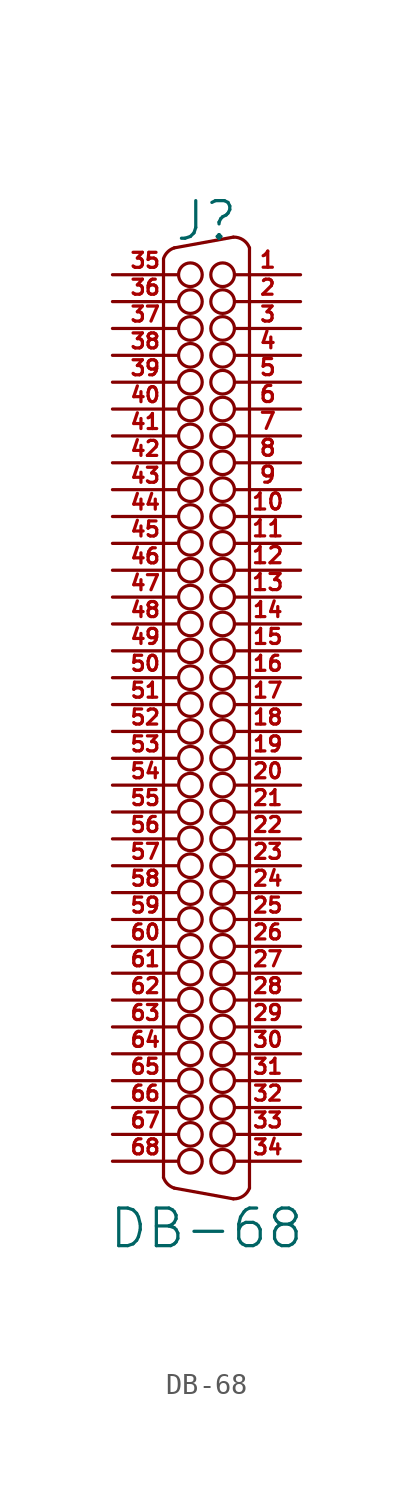
<source format=kicad_sym>
(kicad_symbol_lib
  (version 20211014)
  (generator kicad_symbol_editor)
  (symbol "DB-68"
    (pin_names
      (offset 1.016) hide)
    (property "Reference" "J"
      (at 0 23.495 0)
      (effects (font (size 1.778 1.778))))
    (property "Value" "DB-68"
      (at 0 -24.13 0)
      (effects (font (size 1.778 1.778))))
    (property "Footprint" ""
      (at 0 0 0)
      (effects (font (size 1.524 1.524))))
    (property "Datasheet" ""
      (at 0 0 0)
      (effects (font (size 1.524 1.524))))
    (symbol "DB-68_0_1"
      (arc (start -2.032 -21.717) (mid -1.838 -22.031) (end -1.524 -22.225) (stroke (width 0) (type default) (color 0 0 0 0)) (fill (type none)))
      (arc (start -1.524 22.225) (mid -1.838 22.031) (end -2.032 21.717) (stroke (width 0) (type default) (color 0 0 0 0)) (fill (type none)))
      (circle (center -0.762 -20.955) (radius 0.559) (stroke (width 0) (type default) (color 0 0 0 0)) (fill (type none)))
      (circle (center -0.762 -19.685) (radius 0.559) (stroke (width 0) (type default) (color 0 0 0 0)) (fill (type none)))
      (circle (center -0.762 -18.415) (radius 0.559) (stroke (width 0) (type default) (color 0 0 0 0)) (fill (type none)))
      (circle (center -0.762 -17.145) (radius 0.559) (stroke (width 0) (type default) (color 0 0 0 0)) (fill (type none)))
      (circle (center -0.762 -15.875) (radius 0.559) (stroke (width 0) (type default) (color 0 0 0 0)) (fill (type none)))
      (circle (center -0.762 -14.605) (radius 0.559) (stroke (width 0) (type default) (color 0 0 0 0)) (fill (type none)))
      (circle (center -0.762 -13.335) (radius 0.559) (stroke (width 0) (type default) (color 0 0 0 0)) (fill (type none)))
      (circle (center -0.762 -12.065) (radius 0.559) (stroke (width 0) (type default) (color 0 0 0 0)) (fill (type none)))
      (circle (center -0.762 -10.795) (radius 0.559) (stroke (width 0) (type default) (color 0 0 0 0)) (fill (type none)))
      (circle (center -0.762 -9.525) (radius 0.559) (stroke (width 0) (type default) (color 0 0 0 0)) (fill (type none)))
      (circle (center -0.762 -8.255) (radius 0.559) (stroke (width 0) (type default) (color 0 0 0 0)) (fill (type none)))
      (circle (center -0.762 -6.985) (radius 0.559) (stroke (width 0) (type default) (color 0 0 0 0)) (fill (type none)))
      (circle (center -0.762 -5.715) (radius 0.559) (stroke (width 0) (type default) (color 0 0 0 0)) (fill (type none)))
      (circle (center -0.762 -4.445) (radius 0.559) (stroke (width 0) (type default) (color 0 0 0 0)) (fill (type none)))
      (circle (center -0.762 -3.175) (radius 0.559) (stroke (width 0) (type default) (color 0 0 0 0)) (fill (type none)))
      (circle (center -0.762 -1.905) (radius 0.559) (stroke (width 0) (type default) (color 0 0 0 0)) (fill (type none)))
      (circle (center -0.762 -0.635) (radius 0.559) (stroke (width 0) (type default) (color 0 0 0 0)) (fill (type none)))
      (circle (center -0.762 0.635) (radius 0.559) (stroke (width 0) (type default) (color 0 0 0 0)) (fill (type none)))
      (circle (center -0.762 1.905) (radius 0.559) (stroke (width 0) (type default) (color 0 0 0 0)) (fill (type none)))
      (circle (center -0.762 3.175) (radius 0.559) (stroke (width 0) (type default) (color 0 0 0 0)) (fill (type none)))
      (circle (center -0.762 4.445) (radius 0.559) (stroke (width 0) (type default) (color 0 0 0 0)) (fill (type none)))
      (circle (center -0.762 5.715) (radius 0.559) (stroke (width 0) (type default) (color 0 0 0 0)) (fill (type none)))
      (circle (center -0.762 6.985) (radius 0.559) (stroke (width 0) (type default) (color 0 0 0 0)) (fill (type none)))
      (circle (center -0.762 8.255) (radius 0.559) (stroke (width 0) (type default) (color 0 0 0 0)) (fill (type none)))
      (circle (center -0.762 9.525) (radius 0.559) (stroke (width 0) (type default) (color 0 0 0 0)) (fill (type none)))
      (circle (center -0.762 10.795) (radius 0.559) (stroke (width 0) (type default) (color 0 0 0 0)) (fill (type none)))
      (circle (center -0.762 12.065) (radius 0.559) (stroke (width 0) (type default) (color 0 0 0 0)) (fill (type none)))
      (circle (center -0.762 13.335) (radius 0.559) (stroke (width 0) (type default) (color 0 0 0 0)) (fill (type none)))
      (circle (center -0.762 14.605) (radius 0.559) (stroke (width 0) (type default) (color 0 0 0 0)) (fill (type none)))
      (circle (center -0.762 15.875) (radius 0.559) (stroke (width 0) (type default) (color 0 0 0 0)) (fill (type none)))
      (circle (center -0.762 17.145) (radius 0.559) (stroke (width 0) (type default) (color 0 0 0 0)) (fill (type none)))
      (circle (center -0.762 18.415) (radius 0.559) (stroke (width 0) (type default) (color 0 0 0 0)) (fill (type none)))
      (circle (center -0.762 19.685) (radius 0.559) (stroke (width 0) (type default) (color 0 0 0 0)) (fill (type none)))
      (circle (center -0.762 20.955) (radius 0.559) (stroke (width 0) (type default) (color 0 0 0 0)) (fill (type none)))
      (polyline (pts (xy -2.032 -21.717) (xy -2.032 21.692)) (stroke (width 0) (type default) (color 0 0 0 0)) (fill (type none)))
      (polyline (pts (xy 2.032 -22.225) (xy 2.032 22.225)) (stroke (width 0) (type default) (color 0 0 0 0)) (fill (type none)))
      (polyline (pts (xy -1.524 -22.225) (xy 1.27 -22.733) (xy 1.27 -22.733)) (stroke (width 0) (type default) (color 0 0 0 0)) (fill (type none)))
      (polyline (pts (xy -1.524 22.225) (xy 1.27 22.733) (xy 1.27 22.733)) (stroke (width 0) (type default) (color 0 0 0 0)) (fill (type none)))
      (circle (center 0.762 -20.955) (radius 0.559) (stroke (width 0) (type default) (color 0 0 0 0)) (fill (type none)))
      (circle (center 0.762 -19.685) (radius 0.559) (stroke (width 0) (type default) (color 0 0 0 0)) (fill (type none)))
      (circle (center 0.762 -18.415) (radius 0.559) (stroke (width 0) (type default) (color 0 0 0 0)) (fill (type none)))
      (circle (center 0.762 -17.145) (radius 0.559) (stroke (width 0) (type default) (color 0 0 0 0)) (fill (type none)))
      (circle (center 0.762 -15.875) (radius 0.559) (stroke (width 0) (type default) (color 0 0 0 0)) (fill (type none)))
      (circle (center 0.762 -14.605) (radius 0.559) (stroke (width 0) (type default) (color 0 0 0 0)) (fill (type none)))
      (circle (center 0.762 -13.335) (radius 0.559) (stroke (width 0) (type default) (color 0 0 0 0)) (fill (type none)))
      (circle (center 0.762 -12.065) (radius 0.559) (stroke (width 0) (type default) (color 0 0 0 0)) (fill (type none)))
      (circle (center 0.762 -10.795) (radius 0.559) (stroke (width 0) (type default) (color 0 0 0 0)) (fill (type none)))
      (circle (center 0.762 -9.525) (radius 0.559) (stroke (width 0) (type default) (color 0 0 0 0)) (fill (type none)))
      (circle (center 0.762 -8.255) (radius 0.559) (stroke (width 0) (type default) (color 0 0 0 0)) (fill (type none)))
      (circle (center 0.762 -6.985) (radius 0.559) (stroke (width 0) (type default) (color 0 0 0 0)) (fill (type none)))
      (circle (center 0.762 -5.715) (radius 0.559) (stroke (width 0) (type default) (color 0 0 0 0)) (fill (type none)))
      (circle (center 0.762 -4.445) (radius 0.559) (stroke (width 0) (type default) (color 0 0 0 0)) (fill (type none)))
      (circle (center 0.762 -3.175) (radius 0.559) (stroke (width 0) (type default) (color 0 0 0 0)) (fill (type none)))
      (circle (center 0.762 -1.905) (radius 0.559) (stroke (width 0) (type default) (color 0 0 0 0)) (fill (type none)))
      (circle (center 0.762 -0.635) (radius 0.559) (stroke (width 0) (type default) (color 0 0 0 0)) (fill (type none)))
      (circle (center 0.762 0.635) (radius 0.559) (stroke (width 0) (type default) (color 0 0 0 0)) (fill (type none)))
      (circle (center 0.762 1.905) (radius 0.559) (stroke (width 0) (type default) (color 0 0 0 0)) (fill (type none)))
      (circle (center 0.762 3.175) (radius 0.559) (stroke (width 0) (type default) (color 0 0 0 0)) (fill (type none)))
      (circle (center 0.762 4.445) (radius 0.559) (stroke (width 0) (type default) (color 0 0 0 0)) (fill (type none)))
      (circle (center 0.762 5.715) (radius 0.559) (stroke (width 0) (type default) (color 0 0 0 0)) (fill (type none)))
      (circle (center 0.762 6.985) (radius 0.559) (stroke (width 0) (type default) (color 0 0 0 0)) (fill (type none)))
      (circle (center 0.762 8.255) (radius 0.559) (stroke (width 0) (type default) (color 0 0 0 0)) (fill (type none)))
      (circle (center 0.762 9.525) (radius 0.559) (stroke (width 0) (type default) (color 0 0 0 0)) (fill (type none)))
      (circle (center 0.762 10.795) (radius 0.559) (stroke (width 0) (type default) (color 0 0 0 0)) (fill (type none)))
      (circle (center 0.762 12.065) (radius 0.559) (stroke (width 0) (type default) (color 0 0 0 0)) (fill (type none)))
      (circle (center 0.762 13.335) (radius 0.559) (stroke (width 0) (type default) (color 0 0 0 0)) (fill (type none)))
      (circle (center 0.762 14.605) (radius 0.559) (stroke (width 0) (type default) (color 0 0 0 0)) (fill (type none)))
      (circle (center 0.762 15.875) (radius 0.559) (stroke (width 0) (type default) (color 0 0 0 0)) (fill (type none)))
      (circle (center 0.762 17.145) (radius 0.559) (stroke (width 0) (type default) (color 0 0 0 0)) (fill (type none)))
      (circle (center 0.762 18.415) (radius 0.559) (stroke (width 0) (type default) (color 0 0 0 0)) (fill (type none)))
      (circle (center 0.762 19.685) (radius 0.559) (stroke (width 0) (type default) (color 0 0 0 0)) (fill (type none)))
      (circle (center 0.762 20.955) (radius 0.559) (stroke (width 0) (type default) (color 0 0 0 0)) (fill (type none)))
      (arc (start 1.27 -22.733) (mid 1.7324 -22.6011) (end 2.032 -22.225) (stroke (width 0) (type default) (color 0 0 0 0)) (fill (type none)))
      (arc (start 2.032 22.225) (mid 1.7324 22.6011) (end 1.27 22.733) (stroke (width 0) (type default) (color 0 0 0 0)) (fill (type none))))
    (symbol "DB-68_1_1"
      (pin passive line (at 4.445 20.955 180) (length 3.099) (name "~" (effects (font (size 0.762 0.762)))) (number "1" (effects (font (size 0.762 0.762)))))
      (pin passive line (at 4.445 9.525 180) (length 3.099) (name "~" (effects (font (size 0.762 0.762)))) (number "10" (effects (font (size 0.762 0.762)))))
      (pin passive line (at 4.445 8.255 180) (length 3.099) (name "~" (effects (font (size 0.762 0.762)))) (number "11" (effects (font (size 0.762 0.762)))))
      (pin passive line (at 4.445 6.985 180) (length 3.099) (name "~" (effects (font (size 0.762 0.762)))) (number "12" (effects (font (size 0.762 0.762)))))
      (pin passive line (at 4.445 5.715 180) (length 3.099) (name "~" (effects (font (size 0.762 0.762)))) (number "13" (effects (font (size 0.762 0.762)))))
      (pin passive line (at 4.445 4.445 180) (length 3.099) (name "~" (effects (font (size 0.711 0.711)))) (number "14" (effects (font (size 0.711 0.711)))))
      (pin passive line (at 4.445 3.175 180) (length 3.099) (name "~" (effects (font (size 0.711 0.711)))) (number "15" (effects (font (size 0.711 0.711)))))
      (pin passive line (at 4.445 1.905 180) (length 3.099) (name "~" (effects (font (size 0.711 0.711)))) (number "16" (effects (font (size 0.711 0.711)))))
      (pin passive line (at 4.445 0.635 180) (length 3.099) (name "~" (effects (font (size 0.711 0.711)))) (number "17" (effects (font (size 0.711 0.711)))))
      (pin passive line (at 4.445 -0.635 180) (length 3.099) (name "~" (effects (font (size 0.711 0.711)))) (number "18" (effects (font (size 0.711 0.711)))))
      (pin passive line (at 4.445 -1.905 180) (length 3.099) (name "~" (effects (font (size 0.711 0.711)))) (number "19" (effects (font (size 0.711 0.711)))))
      (pin passive line (at 4.445 19.685 180) (length 3.099) (name "~" (effects (font (size 0.711 0.711)))) (number "2" (effects (font (size 0.711 0.711)))))
      (pin passive line (at 4.445 -3.175 180) (length 3.099) (name "~" (effects (font (size 0.711 0.711)))) (number "20" (effects (font (size 0.711 0.711)))))
      (pin passive line (at 4.445 -4.445 180) (length 3.099) (name "~" (effects (font (size 0.711 0.711)))) (number "21" (effects (font (size 0.711 0.711)))))
      (pin passive line (at 4.445 -5.715 180) (length 3.099) (name "~" (effects (font (size 0.711 0.711)))) (number "22" (effects (font (size 0.711 0.711)))))
      (pin passive line (at 4.445 -6.985 180) (length 3.099) (name "~" (effects (font (size 0.711 0.711)))) (number "23" (effects (font (size 0.711 0.711)))))
      (pin passive line (at 4.445 -8.255 180) (length 3.099) (name "~" (effects (font (size 0.711 0.711)))) (number "24" (effects (font (size 0.711 0.711)))))
      (pin passive line (at 4.445 -9.525 180) (length 3.099) (name "~" (effects (font (size 0.711 0.711)))) (number "25" (effects (font (size 0.711 0.711)))))
      (pin passive line (at 4.445 -10.795 180) (length 3.099) (name "~" (effects (font (size 0.711 0.711)))) (number "26" (effects (font (size 0.711 0.711)))))
      (pin passive line (at 4.445 -12.065 180) (length 3.099) (name "~" (effects (font (size 0.711 0.711)))) (number "27" (effects (font (size 0.711 0.711)))))
      (pin passive line (at 4.445 -13.335 180) (length 3.099) (name "~" (effects (font (size 0.711 0.711)))) (number "28" (effects (font (size 0.711 0.711)))))
      (pin passive line (at 4.445 -14.605 180) (length 3.099) (name "~" (effects (font (size 0.711 0.711)))) (number "29" (effects (font (size 0.711 0.711)))))
      (pin passive line (at 4.445 18.415 180) (length 3.099) (name "~" (effects (font (size 0.711 0.711)))) (number "3" (effects (font (size 0.711 0.711)))))
      (pin passive line (at 4.445 -15.875 180) (length 3.099) (name "~" (effects (font (size 0.711 0.711)))) (number "30" (effects (font (size 0.711 0.711)))))
      (pin passive line (at 4.445 -17.145 180) (length 3.099) (name "~" (effects (font (size 0.711 0.711)))) (number "31" (effects (font (size 0.711 0.711)))))
      (pin passive line (at 4.445 -18.415 180) (length 3.099) (name "~" (effects (font (size 0.711 0.711)))) (number "32" (effects (font (size 0.711 0.711)))))
      (pin passive line (at 4.445 -19.685 180) (length 3.099) (name "~" (effects (font (size 0.711 0.711)))) (number "33" (effects (font (size 0.711 0.711)))))
      (pin passive line (at 4.445 -20.955 180) (length 3.099) (name "~" (effects (font (size 0.711 0.711)))) (number "34" (effects (font (size 0.711 0.711)))))
      (pin passive line (at -4.445 20.955 0) (length 3.099) (name "~" (effects (font (size 0.711 0.711)))) (number "35" (effects (font (size 0.711 0.711)))))
      (pin passive line (at -4.445 19.685 0) (length 3.099) (name "~" (effects (font (size 0.711 0.711)))) (number "36" (effects (font (size 0.711 0.711)))))
      (pin passive line (at -4.445 18.415 0) (length 3.099) (name "~" (effects (font (size 0.711 0.711)))) (number "37" (effects (font (size 0.711 0.711)))))
      (pin passive line (at -4.445 17.145 0) (length 3.099) (name "~" (effects (font (size 0.711 0.711)))) (number "38" (effects (font (size 0.711 0.711)))))
      (pin passive line (at -4.445 15.875 0) (length 3.099) (name "~" (effects (font (size 0.711 0.711)))) (number "39" (effects (font (size 0.711 0.711)))))
      (pin passive line (at 4.445 17.145 180) (length 3.099) (name "~" (effects (font (size 0.762 0.762)))) (number "4" (effects (font (size 0.762 0.762)))))
      (pin passive line (at -4.445 14.605 0) (length 3.099) (name "~" (effects (font (size 0.711 0.711)))) (number "40" (effects (font (size 0.711 0.711)))))
      (pin passive line (at -4.445 13.335 0) (length 3.099) (name "~" (effects (font (size 0.711 0.711)))) (number "41" (effects (font (size 0.711 0.711)))))
      (pin passive line (at -4.445 12.065 0) (length 3.099) (name "~" (effects (font (size 0.711 0.711)))) (number "42" (effects (font (size 0.711 0.711)))))
      (pin passive line (at -4.445 10.795 0) (length 3.099) (name "~" (effects (font (size 0.711 0.711)))) (number "43" (effects (font (size 0.711 0.711)))))
      (pin passive line (at -4.445 9.525 0) (length 3.099) (name "~" (effects (font (size 0.711 0.711)))) (number "44" (effects (font (size 0.711 0.711)))))
      (pin passive line (at -4.445 8.255 0) (length 3.099) (name "~" (effects (font (size 0.711 0.711)))) (number "45" (effects (font (size 0.711 0.711)))))
      (pin passive line (at -4.445 6.985 0) (length 3.099) (name "~" (effects (font (size 0.711 0.711)))) (number "46" (effects (font (size 0.711 0.711)))))
      (pin passive line (at -4.445 5.715 0) (length 3.099) (name "~" (effects (font (size 0.711 0.711)))) (number "47" (effects (font (size 0.711 0.711)))))
      (pin passive line (at -4.445 4.445 0) (length 3.099) (name "~" (effects (font (size 0.711 0.711)))) (number "48" (effects (font (size 0.711 0.711)))))
      (pin passive line (at -4.445 3.175 0) (length 3.099) (name "~" (effects (font (size 0.711 0.711)))) (number "49" (effects (font (size 0.711 0.711)))))
      (pin passive line (at 4.445 15.875 180) (length 3.099) (name "~" (effects (font (size 0.762 0.762)))) (number "5" (effects (font (size 0.762 0.762)))))
      (pin passive line (at -4.445 1.905 0) (length 3.099) (name "~" (effects (font (size 0.711 0.711)))) (number "50" (effects (font (size 0.711 0.711)))))
      (pin passive line (at -4.445 0.635 0) (length 3.099) (name "~" (effects (font (size 0.711 0.711)))) (number "51" (effects (font (size 0.711 0.711)))))
      (pin passive line (at -4.445 -0.635 0) (length 3.099) (name "~" (effects (font (size 0.711 0.711)))) (number "52" (effects (font (size 0.711 0.711)))))
      (pin passive line (at -4.445 -1.905 0) (length 3.099) (name "~" (effects (font (size 0.711 0.711)))) (number "53" (effects (font (size 0.711 0.711)))))
      (pin passive line (at -4.445 -3.175 0) (length 3.099) (name "~" (effects (font (size 0.711 0.711)))) (number "54" (effects (font (size 0.711 0.711)))))
      (pin passive line (at -4.445 -4.445 0) (length 3.099) (name "~" (effects (font (size 0.711 0.711)))) (number "55" (effects (font (size 0.711 0.711)))))
      (pin passive line (at -4.445 -5.715 0) (length 3.099) (name "~" (effects (font (size 0.711 0.711)))) (number "56" (effects (font (size 0.711 0.711)))))
      (pin passive line (at -4.445 -6.985 0) (length 3.099) (name "~" (effects (font (size 0.711 0.711)))) (number "57" (effects (font (size 0.711 0.711)))))
      (pin passive line (at -4.445 -8.255 0) (length 3.099) (name "~" (effects (font (size 0.711 0.711)))) (number "58" (effects (font (size 0.711 0.711)))))
      (pin passive line (at -4.445 -9.525 0) (length 3.099) (name "~" (effects (font (size 0.711 0.711)))) (number "59" (effects (font (size 0.711 0.711)))))
      (pin passive line (at 4.445 14.605 180) (length 3.099) (name "~" (effects (font (size 0.762 0.762)))) (number "6" (effects (font (size 0.762 0.762)))))
      (pin passive line (at -4.445 -10.795 0) (length 3.099) (name "~" (effects (font (size 0.711 0.711)))) (number "60" (effects (font (size 0.711 0.711)))))
      (pin passive line (at -4.445 -12.065 0) (length 3.099) (name "~" (effects (font (size 0.711 0.711)))) (number "61" (effects (font (size 0.711 0.711)))))
      (pin passive line (at -4.445 -13.335 0) (length 3.099) (name "~" (effects (font (size 0.711 0.711)))) (number "62" (effects (font (size 0.711 0.711)))))
      (pin passive line (at -4.445 -14.605 0) (length 3.099) (name "~" (effects (font (size 0.711 0.711)))) (number "63" (effects (font (size 0.711 0.711)))))
      (pin passive line (at -4.445 -15.875 0) (length 3.099) (name "~" (effects (font (size 0.711 0.711)))) (number "64" (effects (font (size 0.711 0.711)))))
      (pin passive line (at -4.445 -17.145 0) (length 3.099) (name "~" (effects (font (size 0.711 0.711)))) (number "65" (effects (font (size 0.711 0.711)))))
      (pin passive line (at -4.445 -18.415 0) (length 3.099) (name "~" (effects (font (size 0.711 0.711)))) (number "66" (effects (font (size 0.711 0.711)))))
      (pin passive line (at -4.445 -19.685 0) (length 3.099) (name "~" (effects (font (size 0.711 0.711)))) (number "67" (effects (font (size 0.711 0.711)))))
      (pin passive line (at -4.445 -20.955 0) (length 3.099) (name "~" (effects (font (size 0.711 0.711)))) (number "68" (effects (font (size 0.711 0.711)))))
      (pin passive line (at 4.445 13.335 180) (length 3.099) (name "~" (effects (font (size 0.762 0.762)))) (number "7" (effects (font (size 0.762 0.762)))))
      (pin passive line (at 4.445 12.065 180) (length 3.099) (name "~" (effects (font (size 0.762 0.762)))) (number "8" (effects (font (size 0.762 0.762)))))
      (pin passive line (at 4.445 10.795 180) (length 3.099) (name "~" (effects (font (size 0.762 0.762)))) (number "9" (effects (font (size 0.762 0.762))))))))
</source>
